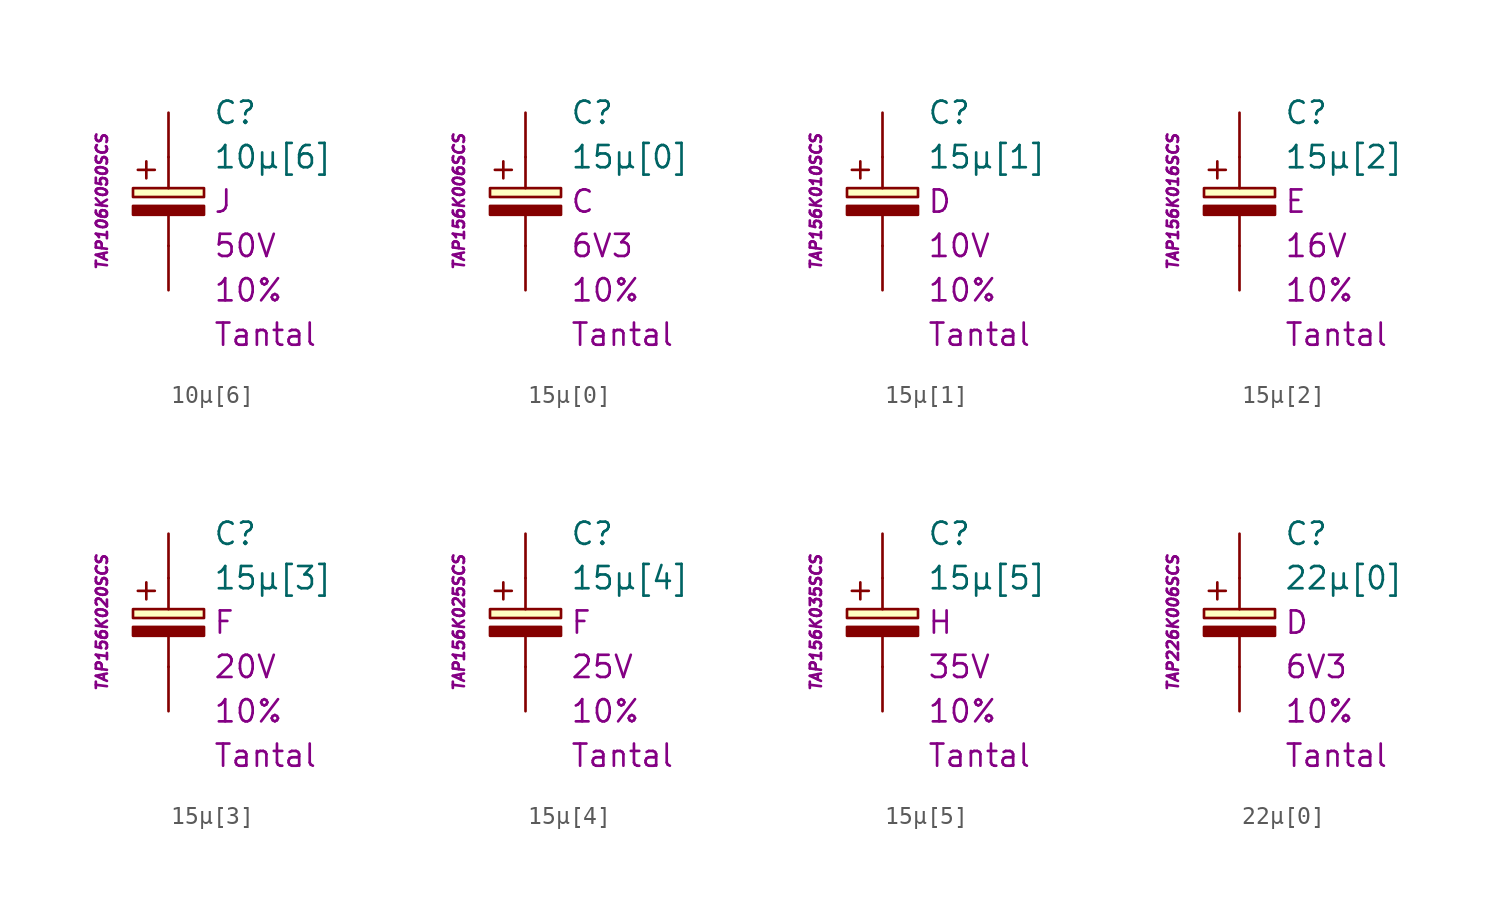
<source format=kicad_sym>
(kicad_symbol_lib
  (version 20201005)
  (generator kicad_symbol_editor)
  (symbol "10µ[6]"
    (pin_numbers hide)
    (pin_names
      (offset 1.016) hide)
    (property "Reference" "C"
      (at 2.54 5.08 0)
      (effects (font (size 1.27 1.27)) (justify left)))
    (property "Value" "10µ[6]"
      (at 2.54 2.54 0)
      (effects (font (size 1.27 1.27)) (justify left)))
    (property "Package" "J"
      (at 2.54 0 0)
      (effects (font (size 1.27 1.27)) (justify left)))
    (property "Voltage" "50V"
      (at 2.54 -2.54 0)
      (effects (font (size 1.27 1.27)) (justify left)))
    (property "Tolerance" "10%"
      (at 2.54 -5.08 0)
      (effects (font (size 1.27 1.27)) (justify left)))
    (property "Dielectric" "Tantal"
      (at 2.54 -7.62 0)
      (effects (font (size 1.27 1.27)) (justify left)))
    (property "MPN" "TAP106K050SCS"
      (at -3.81 0 90)
      (effects (font (size 0.635 0.635) italic)))
    (symbol "10µ[6]_0_0"
      (text "+" (at -1.27 1.905 0) (effects (font (size 1.27 1.27)))))
    (symbol "10µ[6]_0_1"
      (rectangle (start -2.032 -0.254) (end 2.032 -0.762) (stroke (width 0.152)) (fill (type outline)))
      (rectangle (start -2.032 0.254) (end 2.032 0.762) (stroke (width 0.152)) (fill (type background)))
      (polyline (pts (xy 0 -2.54) (xy 0 -0.762)) (stroke (width 0.152)) (fill (type none)))
      (polyline (pts (xy 0 0.762) (xy 0 2.54)) (stroke (width 0.152)) (fill (type none))))
    (symbol "10µ[6]_1_1"
      (pin passive line (at 0 5.08 270) (length 2.54) (name "~" (effects (font (size 1.778 1.778)))) (number "1" (effects (font (size 1.778 1.778)))))
      (pin passive line (at 0 -5.08 90) (length 2.54) (name "~" (effects (font (size 1.778 1.778)))) (number "2" (effects (font (size 1.778 1.778)))))))
  (symbol "15µ[0]"
    (pin_numbers hide)
    (pin_names
      (offset 1.016) hide)
    (property "Reference" "C"
      (at 2.54 5.08 0)
      (effects (font (size 1.27 1.27)) (justify left)))
    (property "Value" "15µ[0]"
      (at 2.54 2.54 0)
      (effects (font (size 1.27 1.27)) (justify left)))
    (property "Package" "C"
      (at 2.54 0 0)
      (effects (font (size 1.27 1.27)) (justify left)))
    (property "Voltage" "6V3"
      (at 2.54 -2.54 0)
      (effects (font (size 1.27 1.27)) (justify left)))
    (property "Tolerance" "10%"
      (at 2.54 -5.08 0)
      (effects (font (size 1.27 1.27)) (justify left)))
    (property "Dielectric" "Tantal"
      (at 2.54 -7.62 0)
      (effects (font (size 1.27 1.27)) (justify left)))
    (property "MPN" "TAP156K006SCS"
      (at -3.81 0 90)
      (effects (font (size 0.635 0.635) italic)))
    (symbol "15µ[0]_0_0"
      (text "+" (at -1.27 1.905 0) (effects (font (size 1.27 1.27)))))
    (symbol "15µ[0]_0_1"
      (rectangle (start -2.032 -0.254) (end 2.032 -0.762) (stroke (width 0.152)) (fill (type outline)))
      (rectangle (start -2.032 0.254) (end 2.032 0.762) (stroke (width 0.152)) (fill (type background)))
      (polyline (pts (xy 0 -2.54) (xy 0 -0.762)) (stroke (width 0.152)) (fill (type none)))
      (polyline (pts (xy 0 0.762) (xy 0 2.54)) (stroke (width 0.152)) (fill (type none))))
    (symbol "15µ[0]_1_1"
      (pin passive line (at 0 5.08 270) (length 2.54) (name "~" (effects (font (size 1.778 1.778)))) (number "1" (effects (font (size 1.778 1.778)))))
      (pin passive line (at 0 -5.08 90) (length 2.54) (name "~" (effects (font (size 1.778 1.778)))) (number "2" (effects (font (size 1.778 1.778)))))))
  (symbol "15µ[1]"
    (pin_numbers hide)
    (pin_names
      (offset 1.016) hide)
    (property "Reference" "C"
      (at 2.54 5.08 0)
      (effects (font (size 1.27 1.27)) (justify left)))
    (property "Value" "15µ[1]"
      (at 2.54 2.54 0)
      (effects (font (size 1.27 1.27)) (justify left)))
    (property "Package" "D"
      (at 2.54 0 0)
      (effects (font (size 1.27 1.27)) (justify left)))
    (property "Voltage" "10V"
      (at 2.54 -2.54 0)
      (effects (font (size 1.27 1.27)) (justify left)))
    (property "Tolerance" "10%"
      (at 2.54 -5.08 0)
      (effects (font (size 1.27 1.27)) (justify left)))
    (property "Dielectric" "Tantal"
      (at 2.54 -7.62 0)
      (effects (font (size 1.27 1.27)) (justify left)))
    (property "MPN" "TAP156K010SCS"
      (at -3.81 0 90)
      (effects (font (size 0.635 0.635) italic)))
    (symbol "15µ[1]_0_0"
      (text "+" (at -1.27 1.905 0) (effects (font (size 1.27 1.27)))))
    (symbol "15µ[1]_0_1"
      (rectangle (start -2.032 -0.254) (end 2.032 -0.762) (stroke (width 0.152)) (fill (type outline)))
      (rectangle (start -2.032 0.254) (end 2.032 0.762) (stroke (width 0.152)) (fill (type background)))
      (polyline (pts (xy 0 -2.54) (xy 0 -0.762)) (stroke (width 0.152)) (fill (type none)))
      (polyline (pts (xy 0 0.762) (xy 0 2.54)) (stroke (width 0.152)) (fill (type none))))
    (symbol "15µ[1]_1_1"
      (pin passive line (at 0 5.08 270) (length 2.54) (name "~" (effects (font (size 1.778 1.778)))) (number "1" (effects (font (size 1.778 1.778)))))
      (pin passive line (at 0 -5.08 90) (length 2.54) (name "~" (effects (font (size 1.778 1.778)))) (number "2" (effects (font (size 1.778 1.778)))))))
  (symbol "15µ[2]"
    (pin_numbers hide)
    (pin_names
      (offset 1.016) hide)
    (property "Reference" "C"
      (at 2.54 5.08 0)
      (effects (font (size 1.27 1.27)) (justify left)))
    (property "Value" "15µ[2]"
      (at 2.54 2.54 0)
      (effects (font (size 1.27 1.27)) (justify left)))
    (property "Package" "E"
      (at 2.54 0 0)
      (effects (font (size 1.27 1.27)) (justify left)))
    (property "Voltage" "16V"
      (at 2.54 -2.54 0)
      (effects (font (size 1.27 1.27)) (justify left)))
    (property "Tolerance" "10%"
      (at 2.54 -5.08 0)
      (effects (font (size 1.27 1.27)) (justify left)))
    (property "Dielectric" "Tantal"
      (at 2.54 -7.62 0)
      (effects (font (size 1.27 1.27)) (justify left)))
    (property "MPN" "TAP156K016SCS"
      (at -3.81 0 90)
      (effects (font (size 0.635 0.635) italic)))
    (symbol "15µ[2]_0_0"
      (text "+" (at -1.27 1.905 0) (effects (font (size 1.27 1.27)))))
    (symbol "15µ[2]_0_1"
      (rectangle (start -2.032 -0.254) (end 2.032 -0.762) (stroke (width 0.152)) (fill (type outline)))
      (rectangle (start -2.032 0.254) (end 2.032 0.762) (stroke (width 0.152)) (fill (type background)))
      (polyline (pts (xy 0 -2.54) (xy 0 -0.762)) (stroke (width 0.152)) (fill (type none)))
      (polyline (pts (xy 0 0.762) (xy 0 2.54)) (stroke (width 0.152)) (fill (type none))))
    (symbol "15µ[2]_1_1"
      (pin passive line (at 0 5.08 270) (length 2.54) (name "~" (effects (font (size 1.778 1.778)))) (number "1" (effects (font (size 1.778 1.778)))))
      (pin passive line (at 0 -5.08 90) (length 2.54) (name "~" (effects (font (size 1.778 1.778)))) (number "2" (effects (font (size 1.778 1.778)))))))
  (symbol "15µ[3]"
    (pin_numbers hide)
    (pin_names
      (offset 1.016) hide)
    (property "Reference" "C"
      (at 2.54 5.08 0)
      (effects (font (size 1.27 1.27)) (justify left)))
    (property "Value" "15µ[3]"
      (at 2.54 2.54 0)
      (effects (font (size 1.27 1.27)) (justify left)))
    (property "Package" "F"
      (at 2.54 0 0)
      (effects (font (size 1.27 1.27)) (justify left)))
    (property "Voltage" "20V"
      (at 2.54 -2.54 0)
      (effects (font (size 1.27 1.27)) (justify left)))
    (property "Tolerance" "10%"
      (at 2.54 -5.08 0)
      (effects (font (size 1.27 1.27)) (justify left)))
    (property "Dielectric" "Tantal"
      (at 2.54 -7.62 0)
      (effects (font (size 1.27 1.27)) (justify left)))
    (property "MPN" "TAP156K020SCS"
      (at -3.81 0 90)
      (effects (font (size 0.635 0.635) italic)))
    (symbol "15µ[3]_0_0"
      (text "+" (at -1.27 1.905 0) (effects (font (size 1.27 1.27)))))
    (symbol "15µ[3]_0_1"
      (rectangle (start -2.032 -0.254) (end 2.032 -0.762) (stroke (width 0.152)) (fill (type outline)))
      (rectangle (start -2.032 0.254) (end 2.032 0.762) (stroke (width 0.152)) (fill (type background)))
      (polyline (pts (xy 0 -2.54) (xy 0 -0.762)) (stroke (width 0.152)) (fill (type none)))
      (polyline (pts (xy 0 0.762) (xy 0 2.54)) (stroke (width 0.152)) (fill (type none))))
    (symbol "15µ[3]_1_1"
      (pin passive line (at 0 5.08 270) (length 2.54) (name "~" (effects (font (size 1.778 1.778)))) (number "1" (effects (font (size 1.778 1.778)))))
      (pin passive line (at 0 -5.08 90) (length 2.54) (name "~" (effects (font (size 1.778 1.778)))) (number "2" (effects (font (size 1.778 1.778)))))))
  (symbol "15µ[4]"
    (pin_numbers hide)
    (pin_names
      (offset 1.016) hide)
    (property "Reference" "C"
      (at 2.54 5.08 0)
      (effects (font (size 1.27 1.27)) (justify left)))
    (property "Value" "15µ[4]"
      (at 2.54 2.54 0)
      (effects (font (size 1.27 1.27)) (justify left)))
    (property "Package" "F"
      (at 2.54 0 0)
      (effects (font (size 1.27 1.27)) (justify left)))
    (property "Voltage" "25V"
      (at 2.54 -2.54 0)
      (effects (font (size 1.27 1.27)) (justify left)))
    (property "Tolerance" "10%"
      (at 2.54 -5.08 0)
      (effects (font (size 1.27 1.27)) (justify left)))
    (property "Dielectric" "Tantal"
      (at 2.54 -7.62 0)
      (effects (font (size 1.27 1.27)) (justify left)))
    (property "MPN" "TAP156K025SCS"
      (at -3.81 0 90)
      (effects (font (size 0.635 0.635) italic)))
    (symbol "15µ[4]_0_0"
      (text "+" (at -1.27 1.905 0) (effects (font (size 1.27 1.27)))))
    (symbol "15µ[4]_0_1"
      (rectangle (start -2.032 -0.254) (end 2.032 -0.762) (stroke (width 0.152)) (fill (type outline)))
      (rectangle (start -2.032 0.254) (end 2.032 0.762) (stroke (width 0.152)) (fill (type background)))
      (polyline (pts (xy 0 -2.54) (xy 0 -0.762)) (stroke (width 0.152)) (fill (type none)))
      (polyline (pts (xy 0 0.762) (xy 0 2.54)) (stroke (width 0.152)) (fill (type none))))
    (symbol "15µ[4]_1_1"
      (pin passive line (at 0 5.08 270) (length 2.54) (name "~" (effects (font (size 1.778 1.778)))) (number "1" (effects (font (size 1.778 1.778)))))
      (pin passive line (at 0 -5.08 90) (length 2.54) (name "~" (effects (font (size 1.778 1.778)))) (number "2" (effects (font (size 1.778 1.778)))))))
  (symbol "15µ[5]"
    (pin_numbers hide)
    (pin_names
      (offset 1.016) hide)
    (property "Reference" "C"
      (at 2.54 5.08 0)
      (effects (font (size 1.27 1.27)) (justify left)))
    (property "Value" "15µ[5]"
      (at 2.54 2.54 0)
      (effects (font (size 1.27 1.27)) (justify left)))
    (property "Package" "H"
      (at 2.54 0 0)
      (effects (font (size 1.27 1.27)) (justify left)))
    (property "Voltage" "35V"
      (at 2.54 -2.54 0)
      (effects (font (size 1.27 1.27)) (justify left)))
    (property "Tolerance" "10%"
      (at 2.54 -5.08 0)
      (effects (font (size 1.27 1.27)) (justify left)))
    (property "Dielectric" "Tantal"
      (at 2.54 -7.62 0)
      (effects (font (size 1.27 1.27)) (justify left)))
    (property "MPN" "TAP156K035SCS"
      (at -3.81 0 90)
      (effects (font (size 0.635 0.635) italic)))
    (symbol "15µ[5]_0_0"
      (text "+" (at -1.27 1.905 0) (effects (font (size 1.27 1.27)))))
    (symbol "15µ[5]_0_1"
      (rectangle (start -2.032 -0.254) (end 2.032 -0.762) (stroke (width 0.152)) (fill (type outline)))
      (rectangle (start -2.032 0.254) (end 2.032 0.762) (stroke (width 0.152)) (fill (type background)))
      (polyline (pts (xy 0 -2.54) (xy 0 -0.762)) (stroke (width 0.152)) (fill (type none)))
      (polyline (pts (xy 0 0.762) (xy 0 2.54)) (stroke (width 0.152)) (fill (type none))))
    (symbol "15µ[5]_1_1"
      (pin passive line (at 0 5.08 270) (length 2.54) (name "~" (effects (font (size 1.778 1.778)))) (number "1" (effects (font (size 1.778 1.778)))))
      (pin passive line (at 0 -5.08 90) (length 2.54) (name "~" (effects (font (size 1.778 1.778)))) (number "2" (effects (font (size 1.778 1.778)))))))
  (symbol "22µ[0]"
    (pin_numbers hide)
    (pin_names
      (offset 1.016) hide)
    (property "Reference" "C"
      (at 2.54 5.08 0)
      (effects (font (size 1.27 1.27)) (justify left)))
    (property "Value" "22µ[0]"
      (at 2.54 2.54 0)
      (effects (font (size 1.27 1.27)) (justify left)))
    (property "Package" "D"
      (at 2.54 0 0)
      (effects (font (size 1.27 1.27)) (justify left)))
    (property "Voltage" "6V3"
      (at 2.54 -2.54 0)
      (effects (font (size 1.27 1.27)) (justify left)))
    (property "Tolerance" "10%"
      (at 2.54 -5.08 0)
      (effects (font (size 1.27 1.27)) (justify left)))
    (property "Dielectric" "Tantal"
      (at 2.54 -7.62 0)
      (effects (font (size 1.27 1.27)) (justify left)))
    (property "MPN" "TAP226K006SCS"
      (at -3.81 0 90)
      (effects (font (size 0.635 0.635) italic)))
    (symbol "22µ[0]_0_0"
      (text "+" (at -1.27 1.905 0) (effects (font (size 1.27 1.27)))))
    (symbol "22µ[0]_0_1"
      (rectangle (start -2.032 -0.254) (end 2.032 -0.762) (stroke (width 0.152)) (fill (type outline)))
      (rectangle (start -2.032 0.254) (end 2.032 0.762) (stroke (width 0.152)) (fill (type background)))
      (polyline (pts (xy 0 -2.54) (xy 0 -0.762)) (stroke (width 0.152)) (fill (type none)))
      (polyline (pts (xy 0 0.762) (xy 0 2.54)) (stroke (width 0.152)) (fill (type none))))
    (symbol "22µ[0]_1_1"
      (pin passive line (at 0 5.08 270) (length 2.54) (name "~" (effects (font (size 1.778 1.778)))) (number "1" (effects (font (size 1.778 1.778)))))
      (pin passive line (at 0 -5.08 90) (length 2.54) (name "~" (effects (font (size 1.778 1.778)))) (number "2" (effects (font (size 1.778 1.778))))))))
</source>
